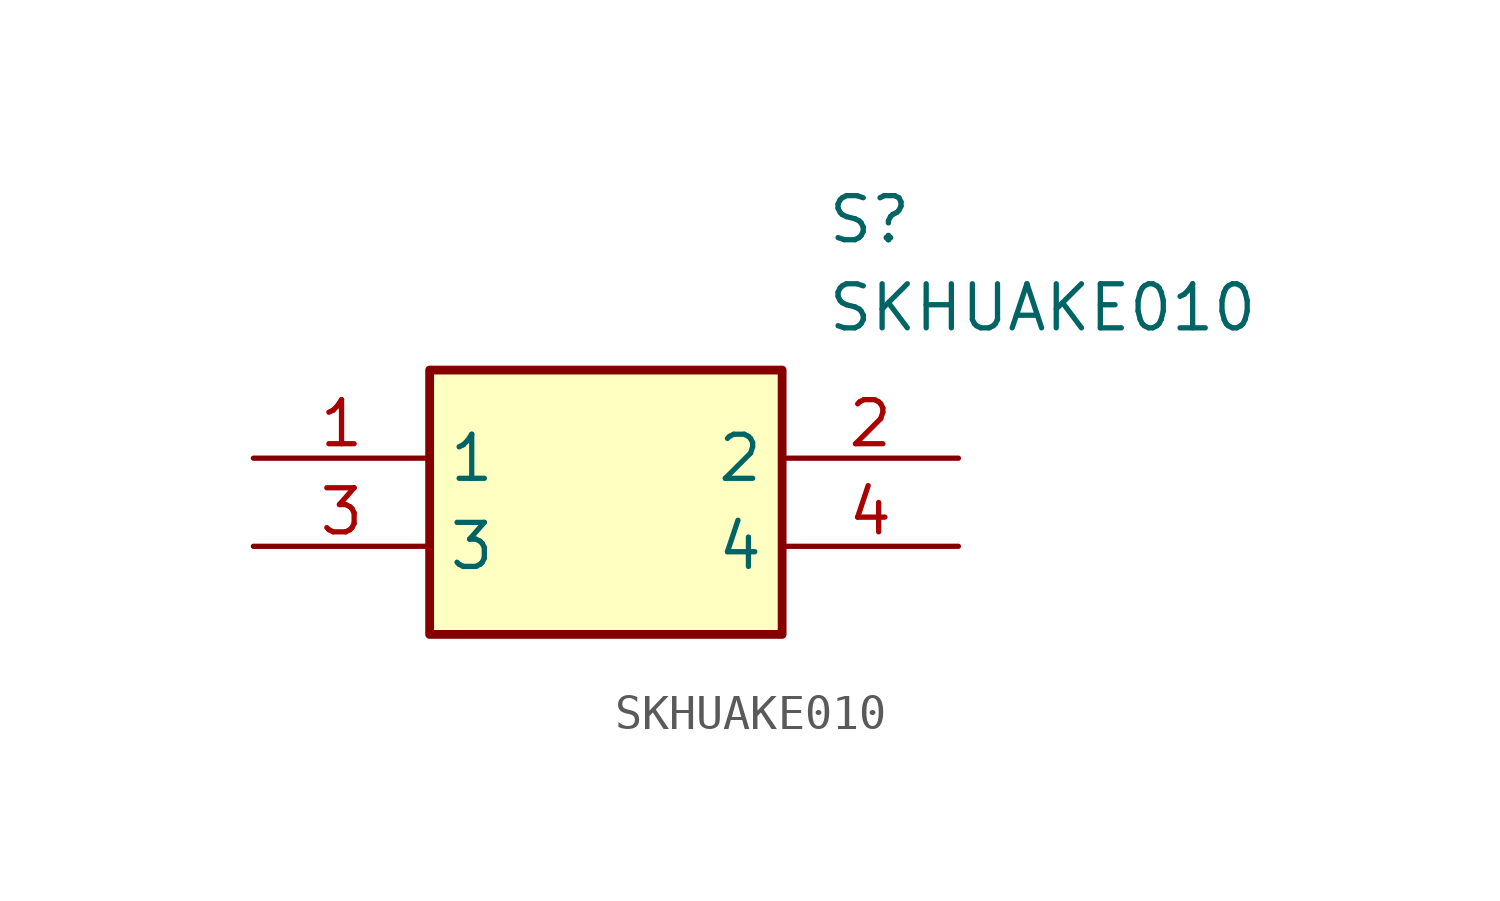
<source format=kicad_sym>
(kicad_symbol_lib
  (version 20211014)
  (generator SamacSys_ECAD_Model)
  (symbol "SKHUAKE010"
    (property "Reference" "S"
      (at 16.51 7.62 0)
      (effects (font (size 1.27 1.27)) (justify left top)))
    (property "Value" "SKHUAKE010"
      (at 16.51 5.08 0)
      (effects (font (size 1.27 1.27)) (justify left top)))
    (rectangle
      (start 5.08 2.54)
      (end 15.24 -5.08)
      (stroke (width 0.254) (type default))
      (fill (type background)))
    (pin passive line
      (at 0 0 0)
      (length 5.08)
      (name "1" (effects (font (size 1.27 1.27))))
      (number "1" (effects (font (size 1.27 1.27)))))
    (pin passive line
      (at 20.32 0 180)
      (length 5.08)
      (name "2" (effects (font (size 1.27 1.27))))
      (number "2" (effects (font (size 1.27 1.27)))))
    (pin passive line
      (at 0 -2.54 0)
      (length 5.08)
      (name "3" (effects (font (size 1.27 1.27))))
      (number "3" (effects (font (size 1.27 1.27)))))
    (pin passive line
      (at 20.32 -2.54 180)
      (length 5.08)
      (name "4" (effects (font (size 1.27 1.27))))
      (number "4" (effects (font (size 1.27 1.27)))))))
</source>
